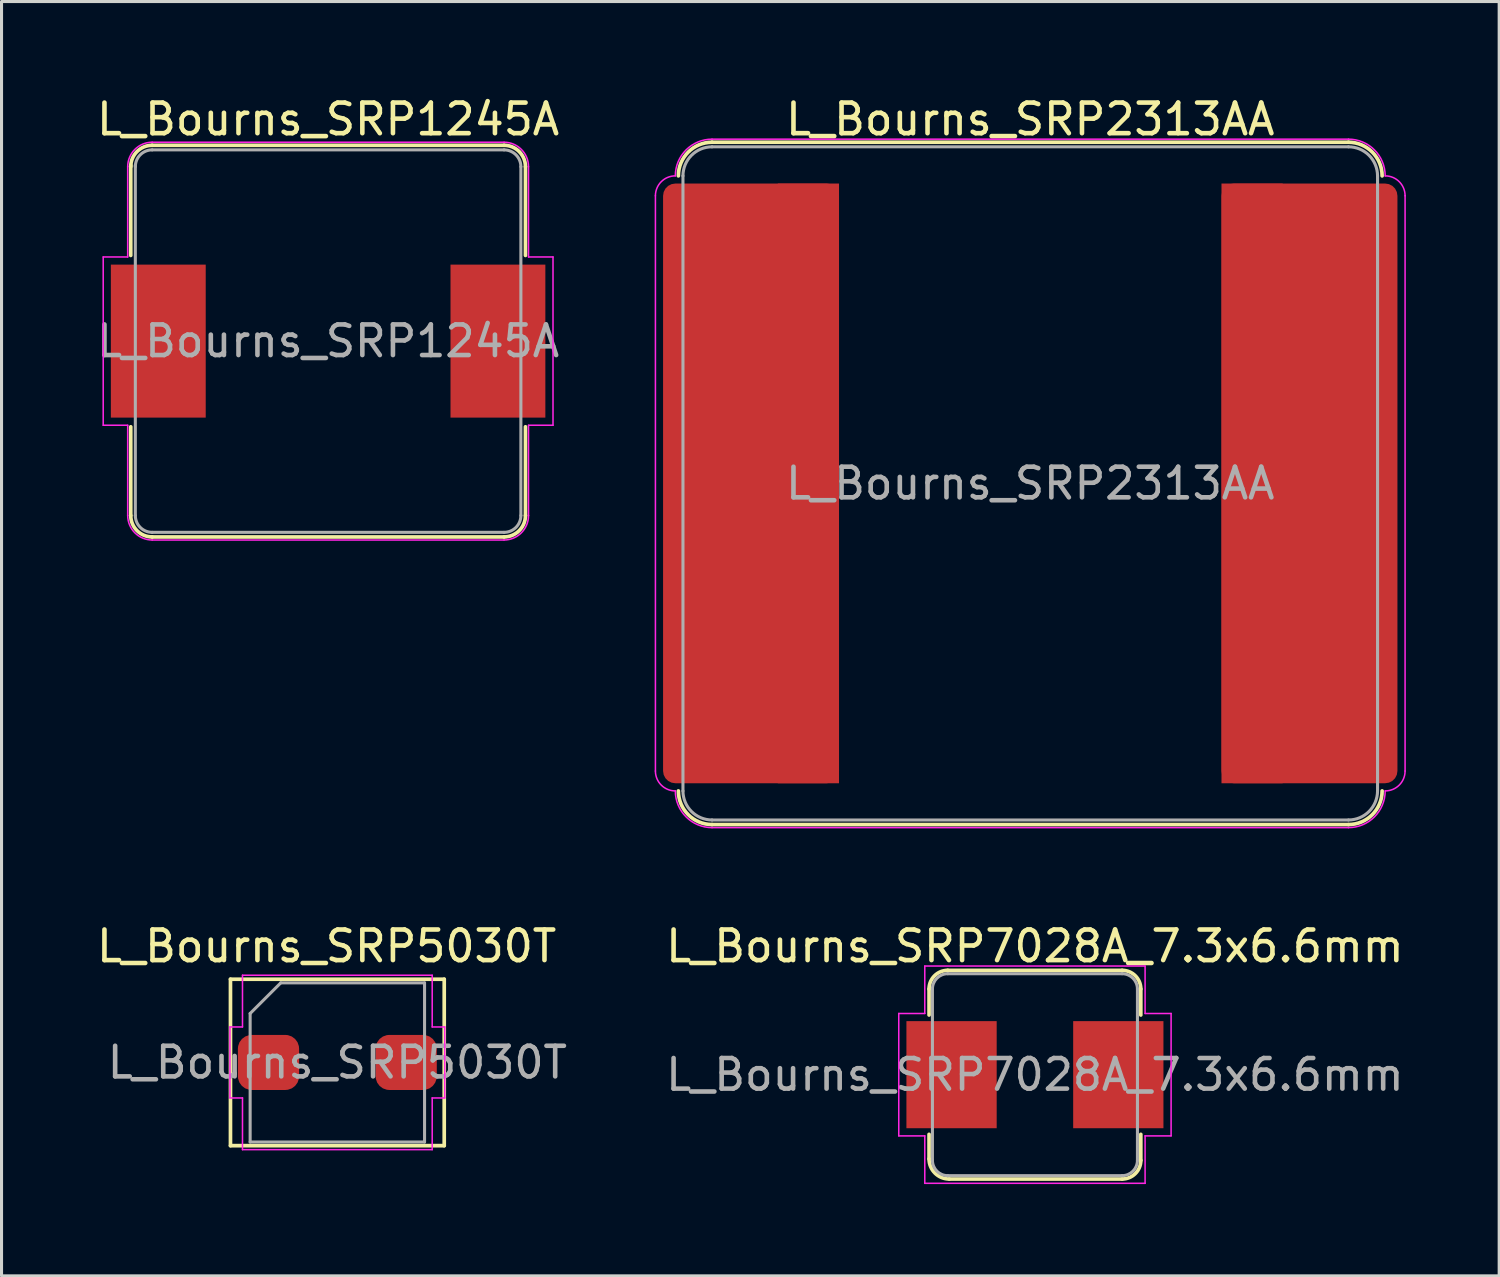
<source format=kicad_pcb>
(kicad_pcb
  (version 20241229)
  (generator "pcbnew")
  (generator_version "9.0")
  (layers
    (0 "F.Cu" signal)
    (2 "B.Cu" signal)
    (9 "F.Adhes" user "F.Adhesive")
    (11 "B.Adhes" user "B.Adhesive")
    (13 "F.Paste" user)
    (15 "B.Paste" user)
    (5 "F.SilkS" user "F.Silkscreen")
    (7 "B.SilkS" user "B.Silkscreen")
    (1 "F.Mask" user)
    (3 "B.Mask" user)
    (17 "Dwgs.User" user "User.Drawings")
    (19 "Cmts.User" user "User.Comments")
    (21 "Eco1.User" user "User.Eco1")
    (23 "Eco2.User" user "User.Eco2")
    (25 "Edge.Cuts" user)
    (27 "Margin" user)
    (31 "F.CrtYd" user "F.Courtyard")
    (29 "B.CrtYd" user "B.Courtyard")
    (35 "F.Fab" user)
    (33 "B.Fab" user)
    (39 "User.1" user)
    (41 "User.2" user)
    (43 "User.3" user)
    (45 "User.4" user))
  (footprint "L_Bourns_SRP1245A"
    (layer "F.Cu")
    (at 7.673 8.098)
    (property "Reference" "L_Bourns_SRP1245A" (at 0 -7.25 0) (layer "F.SilkS") (effects (font (size 1 1) (thickness 0.15))))
    (attr smd)
    (fp_line (start -6.45 -5.75) (end -6.45 -2.8) (stroke (width 0.12) (type solid)) (layer "F.SilkS"))
    (fp_line (start -6.45 2.8) (end -6.45 5.7) (stroke (width 0.12) (type solid)) (layer "F.SilkS"))
    (fp_line (start -5.75 -6.4) (end 5.75 -6.4) (stroke (width 0.12) (type solid)) (layer "F.SilkS"))
    (fp_line (start 5.75 6.4) (end -5.75 6.4) (stroke (width 0.12) (type solid)) (layer "F.SilkS"))
    (fp_line (start 6.45 -5.7) (end 6.45 -2.8) (stroke (width 0.12) (type solid)) (layer "F.SilkS"))
    (fp_line (start 6.45 2.8) (end 6.45 5.7) (stroke (width 0.12) (type solid)) (layer "F.SilkS"))
    (fp_arc (start -6.45 -5.7) (mid -6.244975 -6.194975) (end -5.75 -6.4) (stroke (width 0.12) (type solid)) (layer "F.SilkS"))
    (fp_arc (start -5.75 6.4) (mid -6.244975 6.194975) (end -6.45 5.7) (stroke (width 0.12) (type solid)) (layer "F.SilkS"))
    (fp_arc (start 5.75 -6.4) (mid 6.244975 -6.194975) (end 6.45 -5.7) (stroke (width 0.12) (type solid)) (layer "F.SilkS"))
    (fp_arc (start 6.45 5.7) (mid 6.244975 6.194975) (end 5.75 6.4) (stroke (width 0.12) (type solid)) (layer "F.SilkS"))
    (fp_line (start -7.35 -2.75) (end -6.55 -2.75) (stroke (width 0.05) (type solid)) (layer "F.CrtYd"))
    (fp_line (start -7.35 2.75) (end -7.35 -2.75) (stroke (width 0.05) (type solid)) (layer "F.CrtYd"))
    (fp_line (start -7.35 2.75) (end -6.55 2.75) (stroke (width 0.05) (type solid)) (layer "F.CrtYd"))
    (fp_line (start -6.55 -2.75) (end -6.55 -5.7) (stroke (width 0.05) (type solid)) (layer "F.CrtYd"))
    (fp_line (start -6.55 5.7) (end -6.55 2.75) (stroke (width 0.05) (type solid)) (layer "F.CrtYd"))
    (fp_line (start -5.75 -6.5) (end 5.75 -6.5) (stroke (width 0.05) (type solid)) (layer "F.CrtYd"))
    (fp_line (start 5.75 6.5) (end -5.75 6.5) (stroke (width 0.05) (type solid)) (layer "F.CrtYd"))
    (fp_line (start 6.55 -5.7) (end 6.55 -2.75) (stroke (width 0.05) (type solid)) (layer "F.CrtYd"))
    (fp_line (start 6.55 2.75) (end 6.55 5.7) (stroke (width 0.05) (type solid)) (layer "F.CrtYd"))
    (fp_line (start 7.35 -2.75) (end 6.55 -2.75) (stroke (width 0.05) (type solid)) (layer "F.CrtYd"))
    (fp_line (start 7.35 -2.75) (end 7.35 2.75) (stroke (width 0.05) (type solid)) (layer "F.CrtYd"))
    (fp_line (start 7.35 2.75) (end 6.55 2.75) (stroke (width 0.05) (type solid)) (layer "F.CrtYd"))
    (fp_arc (start -6.55 -5.7) (mid -6.315685 -6.265685) (end -5.75 -6.5) (stroke (width 0.05) (type solid)) (layer "F.CrtYd"))
    (fp_arc (start -5.75 6.5) (mid -6.315685 6.265685) (end -6.55 5.7) (stroke (width 0.05) (type solid)) (layer "F.CrtYd"))
    (fp_arc (start 5.75 -6.5) (mid 6.315685 -6.265685) (end 6.55 -5.7) (stroke (width 0.05) (type solid)) (layer "F.CrtYd"))
    (fp_arc (start 6.55 5.7) (mid 6.315685 6.265685) (end 5.75 6.5) (stroke (width 0.05) (type solid)) (layer "F.CrtYd"))
    (fp_line (start -6.3 -5.75) (end -6.3 5.7) (stroke (width 0.1) (type solid)) (layer "F.Fab"))
    (fp_line (start -5.75 -6.25) (end 5.75 -6.25) (stroke (width 0.1) (type solid)) (layer "F.Fab"))
    (fp_line (start 5.75 6.25) (end -5.75 6.25) (stroke (width 0.1) (type solid)) (layer "F.Fab"))
    (fp_line (start 6.3 -5.7) (end 6.3 5.7) (stroke (width 0.1) (type solid)) (layer "F.Fab"))
    (fp_arc (start -6.3 -5.7) (mid -6.138909 -6.088909) (end -5.75 -6.25) (stroke (width 0.1) (type solid)) (layer "F.Fab"))
    (fp_arc (start -5.75 6.25) (mid -6.138909 6.088909) (end -6.3 5.7) (stroke (width 0.1) (type solid)) (layer "F.Fab"))
    (fp_arc (start 5.75 -6.25) (mid 6.138909 -6.088909) (end 6.3 -5.7) (stroke (width 0.1) (type solid)) (layer "F.Fab"))
    (fp_arc (start 6.3 5.7) (mid 6.138909 6.088909) (end 5.75 6.25) (stroke (width 0.1) (type solid)) (layer "F.Fab"))
    (fp_text user "${REFERENCE}" (at 0 0 0) (layer "F.Fab") (effects (font (size 1 1) (thickness 0.15))))
    (pad "1" smd rect (at -5.55 0) (size 3.1 5) (layers "F.Cu" "F.Mask" "F.Paste"))
    (pad "2" smd rect (at 5.55 0) (size 3.1 5) (layers "F.Cu" "F.Mask" "F.Paste")))
  (footprint "L_Bourns_SRP7028A_7.3x6.6mm"
    (layer "F.Cu")
    (at 30.773 32.072)
    (property "Reference" "L_Bourns_SRP7028A_7.3x6.6mm" (at 0 -4.2 0) (layer "F.SilkS") (effects (font (size 1 1) (thickness 0.15))))
    (attr smd)
    (fp_line (start -3.46 -1.95) (end -3.46 -2.8) (stroke (width 0.12) (type solid)) (layer "F.SilkS"))
    (fp_line (start -3.46 2.75) (end -3.46 1.95) (stroke (width 0.12) (type solid)) (layer "F.SilkS"))
    (fp_line (start -2.85 -3.41) (end 2.85 -3.41) (stroke (width 0.12) (type solid)) (layer "F.SilkS"))
    (fp_line (start 2.85 3.41) (end -2.8 3.41) (stroke (width 0.12) (type solid)) (layer "F.SilkS"))
    (fp_line (start 3.46 -2.8) (end 3.46 -1.95) (stroke (width 0.12) (type solid)) (layer "F.SilkS"))
    (fp_line (start 3.46 1.95) (end 3.46 2.8) (stroke (width 0.12) (type solid)) (layer "F.SilkS"))
    (fp_arc (start -3.46 -2.8) (mid -3.281335 -3.231335) (end -2.85 -3.41) (stroke (width 0.12) (type solid)) (layer "F.SilkS"))
    (fp_arc (start -2.8 3.41) (mid -3.26669 3.21669) (end -3.46 2.75) (stroke (width 0.12) (type solid)) (layer "F.SilkS"))
    (fp_arc (start 2.85 -3.41) (mid 3.281335 -3.231335) (end 3.46 -2.8) (stroke (width 0.12) (type solid)) (layer "F.SilkS"))
    (fp_arc (start 3.46 2.8) (mid 3.281335 3.231335) (end 2.85 3.41) (stroke (width 0.12) (type solid)) (layer "F.SilkS"))
    (fp_line (start -4.45 -2) (end -3.6 -2) (stroke (width 0.05) (type solid)) (layer "F.CrtYd"))
    (fp_line (start -4.45 2) (end -4.45 -2) (stroke (width 0.05) (type solid)) (layer "F.CrtYd"))
    (fp_line (start -3.6 -3.55) (end 3.6 -3.55) (stroke (width 0.05) (type solid)) (layer "F.CrtYd"))
    (fp_line (start -3.6 -2) (end -3.6 -3.55) (stroke (width 0.05) (type solid)) (layer "F.CrtYd"))
    (fp_line (start -3.6 2) (end -4.45 2) (stroke (width 0.05) (type solid)) (layer "F.CrtYd"))
    (fp_line (start -3.6 3.55) (end -3.6 2) (stroke (width 0.05) (type solid)) (layer "F.CrtYd"))
    (fp_line (start 3.6 -3.55) (end 3.6 -2) (stroke (width 0.05) (type solid)) (layer "F.CrtYd"))
    (fp_line (start 3.6 -2) (end 4.45 -2) (stroke (width 0.05) (type solid)) (layer "F.CrtYd"))
    (fp_line (start 3.6 2) (end 3.6 3.55) (stroke (width 0.05) (type solid)) (layer "F.CrtYd"))
    (fp_line (start 3.6 3.55) (end -3.6 3.55) (stroke (width 0.05) (type solid)) (layer "F.CrtYd"))
    (fp_line (start 4.45 -2) (end 4.45 2) (stroke (width 0.05) (type solid)) (layer "F.CrtYd"))
    (fp_line (start 4.45 2) (end 3.6 2) (stroke (width 0.05) (type solid)) (layer "F.CrtYd"))
    (fp_line (start -3.35 2.8) (end -3.35 -2.8) (stroke (width 0.1) (type solid)) (layer "F.Fab"))
    (fp_line (start -2.85 -3.3) (end 2.85 -3.3) (stroke (width 0.1) (type solid)) (layer "F.Fab"))
    (fp_line (start 2.85 3.3) (end -2.85 3.3) (stroke (width 0.1) (type solid)) (layer "F.Fab"))
    (fp_line (start 3.35 -2.8) (end 3.35 2.8) (stroke (width 0.1) (type solid)) (layer "F.Fab"))
    (fp_arc (start -3.35 -2.8) (mid -3.203553 -3.153553) (end -2.85 -3.3) (stroke (width 0.1) (type solid)) (layer "F.Fab"))
    (fp_arc (start -2.85 3.3) (mid -3.203553 3.153553) (end -3.35 2.8) (stroke (width 0.1) (type solid)) (layer "F.Fab"))
    (fp_arc (start 2.85 -3.3) (mid 3.203553 -3.153553) (end 3.35 -2.8) (stroke (width 0.1) (type solid)) (layer "F.Fab"))
    (fp_arc (start 3.35 2.8) (mid 3.203553 3.153553) (end 2.85 3.3) (stroke (width 0.1) (type solid)) (layer "F.Fab"))
    (fp_text user "${REFERENCE}" (at 0 0 0) (layer "F.Fab") (effects (font (size 1 1) (thickness 0.15))))
    (pad "1" smd rect (at -2.725 0) (size 2.95 3.5) (layers "F.Cu" "F.Mask" "F.Paste"))
    (pad "2" smd rect (at 2.725 0) (size 2.95 3.5) (layers "F.Cu" "F.Mask" "F.Paste")))
  (footprint "L_Bourns_SRP5030T"
    (layer "F.Cu")
    (at 7.975 31.672)
    (property "Reference" "L_Bourns_SRP5030T" (at -0.35 -3.8 0) (layer "F.SilkS") (effects (font (size 1 1) (thickness 0.15))))
    (attr smd)
    (fp_line (start -3.493 -2.72) (end -3.493 2.72) (stroke (width 0.12) (type solid)) (layer "F.SilkS"))
    (fp_line (start -3.493 -2.72) (end 3.493 -2.72) (stroke (width 0.12) (type solid)) (layer "F.SilkS"))
    (fp_line (start -3.493 2.72) (end 3.493 2.72) (stroke (width 0.12) (type solid)) (layer "F.SilkS"))
    (fp_line (start 3.493 2.72) (end 3.493 -2.72) (stroke (width 0.12) (type solid)) (layer "F.SilkS"))
    (fp_line (start -3.51 -1.16) (end -3.51 1.16) (stroke (width 0.05) (type solid)) (layer "F.CrtYd"))
    (fp_line (start -3.51 1.16) (end -3.1 1.16) (stroke (width 0.05) (type solid)) (layer "F.CrtYd"))
    (fp_line (start -3.1 -2.85) (end -3.1 -1.16) (stroke (width 0.05) (type solid)) (layer "F.CrtYd"))
    (fp_line (start -3.1 -2.85) (end 3.1 -2.85) (stroke (width 0.05) (type solid)) (layer "F.CrtYd"))
    (fp_line (start -3.1 -1.16) (end -3.51 -1.16) (stroke (width 0.05) (type solid)) (layer "F.CrtYd"))
    (fp_line (start -3.1 1.16) (end -3.1 2.85) (stroke (width 0.05) (type solid)) (layer "F.CrtYd"))
    (fp_line (start -3.1 2.85) (end 3.1 2.85) (stroke (width 0.05) (type solid)) (layer "F.CrtYd"))
    (fp_line (start 3.1 -2.85) (end 3.1 -1.16) (stroke (width 0.05) (type solid)) (layer "F.CrtYd"))
    (fp_line (start 3.1 -1.16) (end 3.51 -1.16) (stroke (width 0.05) (type solid)) (layer "F.CrtYd"))
    (fp_line (start 3.1 1.16) (end 3.1 2.85) (stroke (width 0.05) (type solid)) (layer "F.CrtYd"))
    (fp_line (start 3.51 -1.16) (end 3.51 1.16) (stroke (width 0.05) (type solid)) (layer "F.CrtYd"))
    (fp_line (start 3.51 1.16) (end 3.1 1.16) (stroke (width 0.05) (type solid)) (layer "F.CrtYd"))
    (fp_line (start -2.85 -1.6) (end -1.85 -2.6) (stroke (width 0.1) (type solid)) (layer "F.Fab"))
    (fp_line (start -2.85 2.6) (end -2.85 -1.6) (stroke (width 0.1) (type solid)) (layer "F.Fab"))
    (fp_line (start -1.85 -2.6) (end 2.85 -2.6) (stroke (width 0.1) (type solid)) (layer "F.Fab"))
    (fp_line (start 2.85 -2.6) (end 2.85 2.6) (stroke (width 0.1) (type solid)) (layer "F.Fab"))
    (fp_line (start 2.85 2.6) (end -2.85 2.6) (stroke (width 0.1) (type solid)) (layer "F.Fab"))
    (fp_text user "${REFERENCE}" (at 0 0 0) (layer "F.Fab") (effects (font (size 1 1) (thickness 0.15))))
    (pad "1" smd roundrect (at -2.25 0) (size 2 1.8) (layers "F.Cu" "F.Mask" "F.Paste") (roundrect_rratio 0.25))
    (pad "2" smd roundrect (at 2.25 0) (size 2 1.8) (layers "F.Cu" "F.Mask" "F.Paste") (roundrect_rratio 0.25)))
  (footprint "L_Bourns_SRP2313AA"
    (layer "F.Cu")
    (at 30.62 12.748)
    (property "Reference" "L_Bourns_SRP2313AA" (at 0 -11.9 0) (layer "F.SilkS") (effects (font (size 1 1) (thickness 0.15))))
    (attr smd)
    (fp_line (start -10.4 -11.15) (end 10.4 -11.15) (stroke (width 0.12) (type solid)) (layer "F.SilkS"))
    (fp_line (start 10.4 11.15) (end -10.4 11.15) (stroke (width 0.12) (type solid)) (layer "F.SilkS"))
    (fp_arc (start -11.5 -10.05) (mid -11.177817 -10.827817) (end -10.4 -11.15) (stroke (width 0.12) (type solid)) (layer "F.SilkS"))
    (fp_arc (start -10.4 11.15) (mid -11.177817 10.827817) (end -11.5 10.05) (stroke (width 0.12) (type solid)) (layer "F.SilkS"))
    (fp_arc (start 10.4 -11.15) (mid 11.177817 -10.827817) (end 11.5 -10.05) (stroke (width 0.12) (type solid)) (layer "F.SilkS"))
    (fp_arc (start 11.5 10.05) (mid 11.177817 10.827817) (end 10.4 11.15) (stroke (width 0.12) (type solid)) (layer "F.SilkS"))
    (fp_line (start -12.25 9.4) (end -12.25 -9.4) (stroke (width 0.05) (type solid)) (layer "F.CrtYd"))
    (fp_line (start -10.4 -11.25) (end 10.4 -11.25) (stroke (width 0.05) (type solid)) (layer "F.CrtYd"))
    (fp_line (start 10.4 11.25) (end -10.4 11.25) (stroke (width 0.05) (type solid)) (layer "F.CrtYd"))
    (fp_line (start 12.25 -9.4) (end 12.25 9.4) (stroke (width 0.05) (type solid)) (layer "F.CrtYd"))
    (fp_arc (start -12.25 -9.4) (mid -12.059619 -9.859619) (end -11.6 -10.05) (stroke (width 0.05) (type solid)) (layer "F.CrtYd"))
    (fp_arc (start -11.6 -10.05) (mid -11.248528 -10.898528) (end -10.4 -11.25) (stroke (width 0.05) (type solid)) (layer "F.CrtYd"))
    (fp_arc (start -11.6 10.05) (mid -12.059619 9.859619) (end -12.25 9.4) (stroke (width 0.05) (type solid)) (layer "F.CrtYd"))
    (fp_arc (start -10.4 11.25) (mid -11.248528 10.898528) (end -11.6 10.05) (stroke (width 0.05) (type solid)) (layer "F.CrtYd"))
    (fp_arc (start 10.4 -11.25) (mid 11.248528 -10.898528) (end 11.6 -10.05) (stroke (width 0.05) (type solid)) (layer "F.CrtYd"))
    (fp_arc (start 11.6 -10.05) (mid 12.059619 -9.859619) (end 12.25 -9.4) (stroke (width 0.05) (type solid)) (layer "F.CrtYd"))
    (fp_arc (start 11.6 10.05) (mid 11.248528 10.898528) (end 10.4 11.25) (stroke (width 0.05) (type solid)) (layer "F.CrtYd"))
    (fp_arc (start 12.25 9.4) (mid 12.059619 9.859619) (end 11.6 10.05) (stroke (width 0.05) (type solid)) (layer "F.CrtYd"))
    (fp_line (start -11.35 -10.05) (end -11.35 10.05) (stroke (width 0.1) (type solid)) (layer "F.Fab"))
    (fp_line (start -10.4 -11) (end 10.4 -11) (stroke (width 0.1) (type solid)) (layer "F.Fab"))
    (fp_line (start 10.4 11) (end -10.4 11) (stroke (width 0.1) (type solid)) (layer "F.Fab"))
    (fp_line (start 11.35 -10.05) (end 11.35 10.05) (stroke (width 0.1) (type solid)) (layer "F.Fab"))
    (fp_arc (start -11.35 -10.05) (mid -11.071751 -10.721751) (end -10.4 -11) (stroke (width 0.1) (type solid)) (layer "F.Fab"))
    (fp_arc (start -10.4 11) (mid -11.071751 10.721751) (end -11.35 10.05) (stroke (width 0.1) (type solid)) (layer "F.Fab"))
    (fp_arc (start 10.4 -11) (mid 11.071751 -10.721751) (end 11.35 -10.05) (stroke (width 0.1) (type solid)) (layer "F.Fab"))
    (fp_arc (start 11.35 10.05) (mid 11.071751 10.721751) (end 10.4 11) (stroke (width 0.1) (type solid)) (layer "F.Fab"))
    (fp_text user "${REFERENCE}" (at 0 0 0) (layer "F.Fab") (effects (font (size 1 1) (thickness 0.15))))
    (pad "1" smd roundrect (at -9.125 0) (size 5.75 19.6) (layers "F.Cu" "F.Mask" "F.Paste") (roundrect_rratio 0.07))
    (pad "1" smd rect (at -7.25 0) (size 2 19.6) (layers "F.Cu" "F.Mask" "F.Paste"))
    (pad "2" smd rect (at 7.25 0) (size 2 19.6) (layers "F.Cu" "F.Mask" "F.Paste"))
    (pad "2" smd roundrect (at 9.125 0) (size 5.75 19.6) (layers "F.Cu" "F.Mask" "F.Paste") (roundrect_rratio 0.07)))
  (gr_rect
    (start -3 -3)
    (end 45.945 38.647)
    (stroke (width 0.1) (type default))
    (fill no)
    (layer "Edge.Cuts")))
</source>
